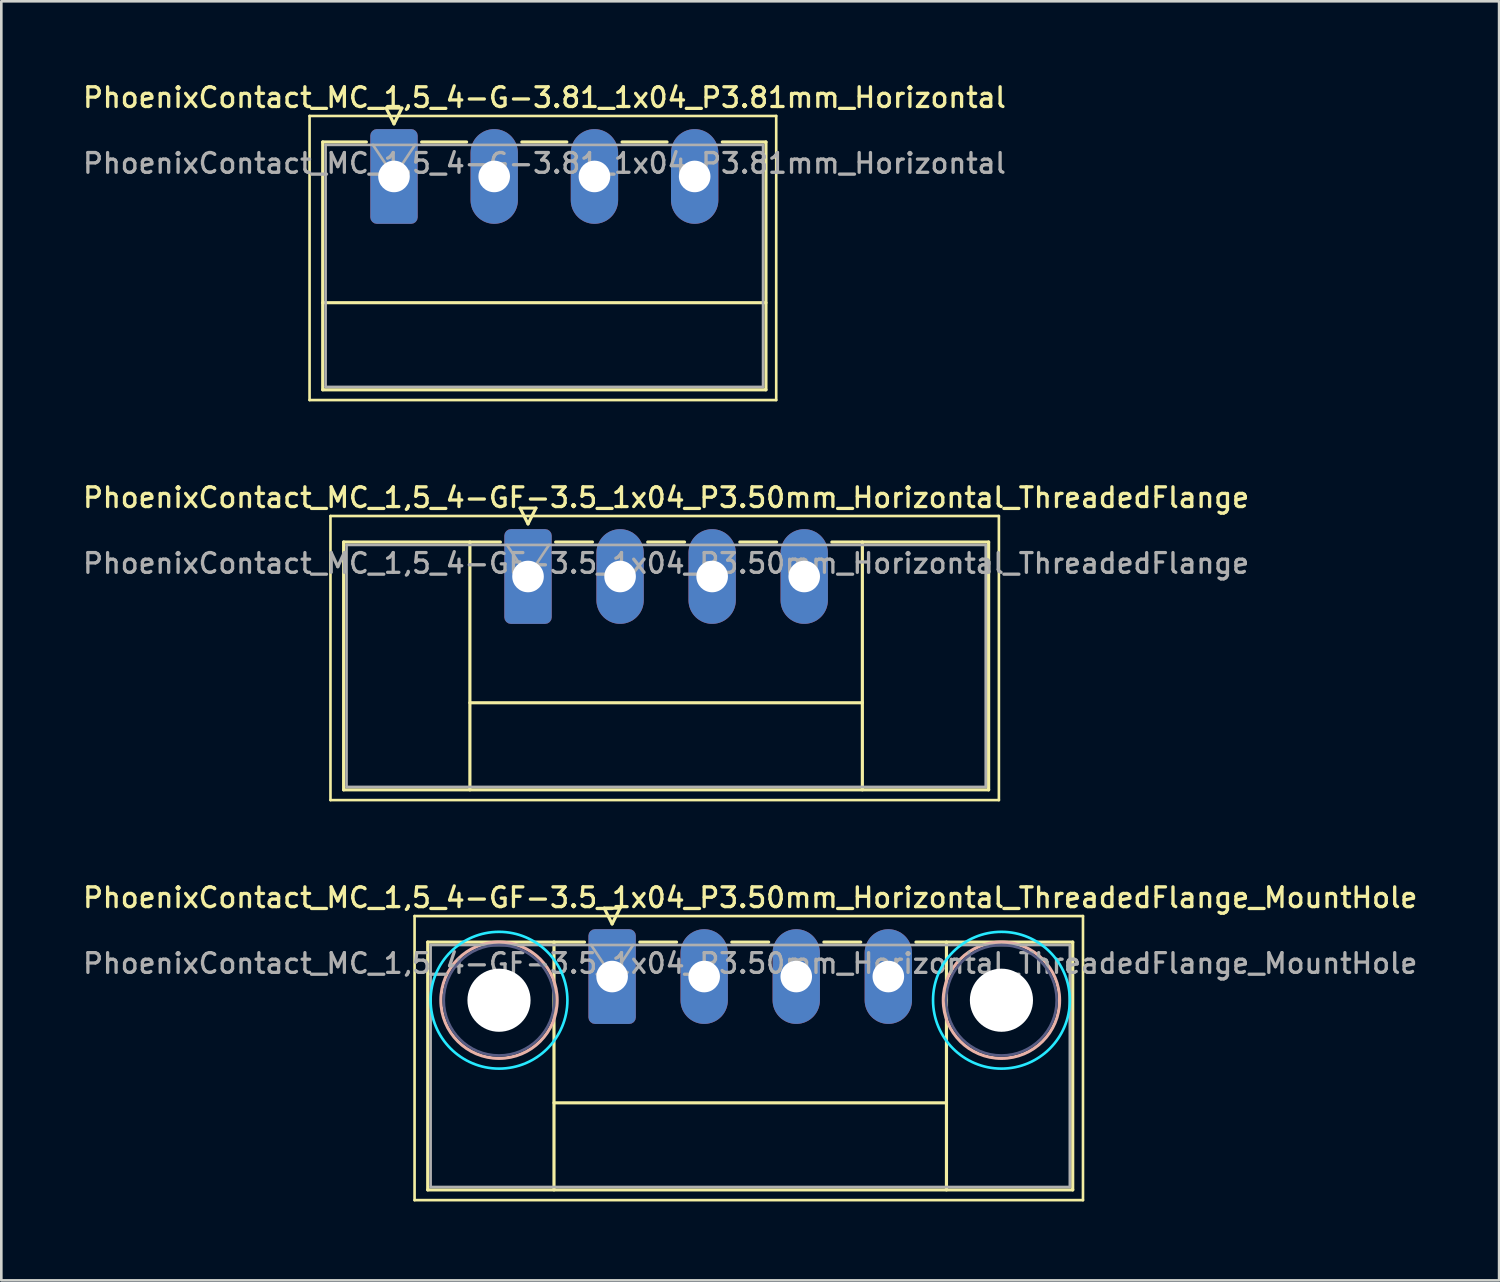
<source format=kicad_pcb>
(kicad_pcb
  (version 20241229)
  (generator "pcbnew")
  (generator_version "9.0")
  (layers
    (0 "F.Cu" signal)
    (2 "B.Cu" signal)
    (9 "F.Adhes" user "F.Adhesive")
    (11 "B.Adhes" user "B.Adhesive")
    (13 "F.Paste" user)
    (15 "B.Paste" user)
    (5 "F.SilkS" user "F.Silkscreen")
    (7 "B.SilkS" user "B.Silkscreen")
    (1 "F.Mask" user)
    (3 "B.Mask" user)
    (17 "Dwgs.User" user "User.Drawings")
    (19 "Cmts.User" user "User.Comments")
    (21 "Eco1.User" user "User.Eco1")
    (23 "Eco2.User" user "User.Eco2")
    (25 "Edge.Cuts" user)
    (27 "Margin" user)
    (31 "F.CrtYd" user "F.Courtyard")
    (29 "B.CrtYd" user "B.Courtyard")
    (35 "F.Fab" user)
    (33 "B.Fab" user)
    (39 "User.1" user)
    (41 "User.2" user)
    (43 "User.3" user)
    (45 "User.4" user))
  (footprint "PhoenixContact_MC_1,5_4-G-3.81_1x04_P3.81mm_Horizontal"
    (layer "F.Cu")
    (at 11.928 3.658)
    (property "Reference" "PhoenixContact_MC_1,5_4-G-3.81_1x04_P3.81mm_Horizontal" (at 5.72 -3 0) (layer "F.SilkS") (effects (font (size 0.75 0.75) (thickness 0.125))))
    (attr through_hole)
    (fp_line (start -3.21 -2.3) (end -3.21 8.5) (stroke (width 0.1) (type solid)) (layer "F.SilkS"))
    (fp_line (start -3.21 8.5) (end 14.53 8.5) (stroke (width 0.1) (type solid)) (layer "F.SilkS"))
    (fp_line (start -2.71 -1.31) (end -2.71 8.11) (stroke (width 0.12) (type solid)) (layer "F.SilkS"))
    (fp_line (start -2.71 -1.31) (end -1.05 -1.31) (stroke (width 0.12) (type solid)) (layer "F.SilkS"))
    (fp_line (start -2.71 4.8) (end 14.14 4.8) (stroke (width 0.12) (type solid)) (layer "F.SilkS"))
    (fp_line (start -2.71 8.11) (end 14.14 8.11) (stroke (width 0.12) (type solid)) (layer "F.SilkS"))
    (fp_line (start -0.3 -2.6) (end 0.3 -2.6) (stroke (width 0.12) (type solid)) (layer "F.SilkS"))
    (fp_line (start 0 -2) (end -0.3 -2.6) (stroke (width 0.12) (type solid)) (layer "F.SilkS"))
    (fp_line (start 0.3 -2.6) (end 0 -2) (stroke (width 0.12) (type solid)) (layer "F.SilkS"))
    (fp_line (start 1.05 -1.31) (end 2.76 -1.31) (stroke (width 0.12) (type solid)) (layer "F.SilkS"))
    (fp_line (start 4.86 -1.31) (end 6.57 -1.31) (stroke (width 0.12) (type solid)) (layer "F.SilkS"))
    (fp_line (start 8.67 -1.31) (end 10.38 -1.31) (stroke (width 0.12) (type solid)) (layer "F.SilkS"))
    (fp_line (start 14.14 -1.31) (end 12.48 -1.31) (stroke (width 0.12) (type solid)) (layer "F.SilkS"))
    (fp_line (start 14.14 8.11) (end 14.14 -1.31) (stroke (width 0.12) (type solid)) (layer "F.SilkS"))
    (fp_line (start 14.53 -2.3) (end -3.21 -2.3) (stroke (width 0.1) (type solid)) (layer "F.SilkS"))
    (fp_line (start 14.53 8.5) (end 14.53 -2.3) (stroke (width 0.1) (type solid)) (layer "F.SilkS"))
    (fp_line (start -2.6 -1.2) (end -2.6 8) (stroke (width 0.1) (type solid)) (layer "F.Fab"))
    (fp_line (start -2.6 8) (end 14.03 8) (stroke (width 0.1) (type solid)) (layer "F.Fab"))
    (fp_line (start 0 0) (end -0.8 -1.2) (stroke (width 0.1) (type solid)) (layer "F.Fab"))
    (fp_line (start 0.8 -1.2) (end 0 0) (stroke (width 0.1) (type solid)) (layer "F.Fab"))
    (fp_line (start 14.03 -1.2) (end -2.6 -1.2) (stroke (width 0.1) (type solid)) (layer "F.Fab"))
    (fp_line (start 14.03 8) (end 14.03 -1.2) (stroke (width 0.1) (type solid)) (layer "F.Fab"))
    (fp_text user "${REFERENCE}" (at 5.72 -0.5 0) (layer "F.Fab") (effects (font (size 0.75 0.75) (thickness 0.125))))
    (pad "1" thru_hole roundrect (at 0 0) (size 1.8 3.6) (drill 1.2) (layers "*.Cu" "*.Mask") (roundrect_rratio 0.139))
    (pad "2" thru_hole oval (at 3.81 0) (size 1.8 3.6) (drill 1.2) (layers "*.Cu" "*.Mask"))
    (pad "3" thru_hole oval (at 7.62 0) (size 1.8 3.6) (drill 1.2) (layers "*.Cu" "*.Mask"))
    (pad "4" thru_hole oval (at 11.43 0) (size 1.8 3.6) (drill 1.2) (layers "*.Cu" "*.Mask")))
  (footprint "PhoenixContact_MC_1,5_4-GF-3.5_1x04_P3.50mm_Horizontal_ThreadedFlange"
    (layer "F.Cu")
    (at 17.023 18.866)
    (property "Reference" "PhoenixContact_MC_1,5_4-GF-3.5_1x04_P3.50mm_Horizontal_ThreadedFlange" (at 5.25 -3 0) (layer "F.SilkS") (effects (font (size 0.75 0.75) (thickness 0.125))))
    (attr through_hole)
    (fp_line (start -7.51 -2.3) (end -7.51 8.5) (stroke (width 0.1) (type solid)) (layer "F.SilkS"))
    (fp_line (start -7.51 8.5) (end 17.9 8.5) (stroke (width 0.1) (type solid)) (layer "F.SilkS"))
    (fp_line (start -7.01 -1.31) (end -7.01 8.11) (stroke (width 0.12) (type solid)) (layer "F.SilkS"))
    (fp_line (start -7.01 -1.31) (end -1.05 -1.31) (stroke (width 0.12) (type solid)) (layer "F.SilkS"))
    (fp_line (start -7.01 8.11) (end 17.51 8.11) (stroke (width 0.12) (type solid)) (layer "F.SilkS"))
    (fp_line (start -2.21 -1.31) (end -2.21 8.11) (stroke (width 0.12) (type solid)) (layer "F.SilkS"))
    (fp_line (start -2.21 4.8) (end 12.71 4.8) (stroke (width 0.12) (type solid)) (layer "F.SilkS"))
    (fp_line (start -0.3 -2.6) (end 0.3 -2.6) (stroke (width 0.12) (type solid)) (layer "F.SilkS"))
    (fp_line (start 0 -2) (end -0.3 -2.6) (stroke (width 0.12) (type solid)) (layer "F.SilkS"))
    (fp_line (start 0.3 -2.6) (end 0 -2) (stroke (width 0.12) (type solid)) (layer "F.SilkS"))
    (fp_line (start 1.05 -1.31) (end 2.45 -1.31) (stroke (width 0.12) (type solid)) (layer "F.SilkS"))
    (fp_line (start 4.55 -1.31) (end 5.95 -1.31) (stroke (width 0.12) (type solid)) (layer "F.SilkS"))
    (fp_line (start 8.05 -1.31) (end 9.45 -1.31) (stroke (width 0.12) (type solid)) (layer "F.SilkS"))
    (fp_line (start 12.71 -1.31) (end 12.71 8.11) (stroke (width 0.12) (type solid)) (layer "F.SilkS"))
    (fp_line (start 17.51 -1.31) (end 11.55 -1.31) (stroke (width 0.12) (type solid)) (layer "F.SilkS"))
    (fp_line (start 17.51 8.11) (end 17.51 -1.31) (stroke (width 0.12) (type solid)) (layer "F.SilkS"))
    (fp_line (start 17.9 -2.3) (end -7.51 -2.3) (stroke (width 0.1) (type solid)) (layer "F.SilkS"))
    (fp_line (start 17.9 8.5) (end 17.9 -2.3) (stroke (width 0.1) (type solid)) (layer "F.SilkS"))
    (fp_line (start -6.9 -1.2) (end -6.9 8) (stroke (width 0.1) (type solid)) (layer "F.Fab"))
    (fp_line (start -6.9 8) (end 17.4 8) (stroke (width 0.1) (type solid)) (layer "F.Fab"))
    (fp_line (start 0 0) (end -0.8 -1.2) (stroke (width 0.1) (type solid)) (layer "F.Fab"))
    (fp_line (start 0.8 -1.2) (end 0 0) (stroke (width 0.1) (type solid)) (layer "F.Fab"))
    (fp_line (start 17.4 -1.2) (end -6.9 -1.2) (stroke (width 0.1) (type solid)) (layer "F.Fab"))
    (fp_line (start 17.4 8) (end 17.4 -1.2) (stroke (width 0.1) (type solid)) (layer "F.Fab"))
    (fp_text user "${REFERENCE}" (at 5.25 -0.5 0) (layer "F.Fab") (effects (font (size 0.75 0.75) (thickness 0.125))))
    (pad "1" thru_hole roundrect (at 0 0) (size 1.8 3.6) (drill 1.2) (layers "*.Cu" "*.Mask") (roundrect_rratio 0.139))
    (pad "2" thru_hole oval (at 3.5 0) (size 1.8 3.6) (drill 1.2) (layers "*.Cu" "*.Mask"))
    (pad "3" thru_hole oval (at 7 0) (size 1.8 3.6) (drill 1.2) (layers "*.Cu" "*.Mask"))
    (pad "4" thru_hole oval (at 10.5 0) (size 1.8 3.6) (drill 1.2) (layers "*.Cu" "*.Mask")))
  (footprint "PhoenixContact_MC_1,5_4-GF-3.5_1x04_P3.50mm_Horizontal_ThreadedFlange_MountHole"
    (layer "F.Cu")
    (at 20.22 34.074)
    (property "Reference" "PhoenixContact_MC_1,5_4-GF-3.5_1x04_P3.50mm_Horizontal_ThreadedFlange_MountHole" (at 5.25 -3 0) (layer "F.SilkS") (effects (font (size 0.75 0.75) (thickness 0.125))))
    (attr through_hole)
    (fp_line (start -7.51 -2.3) (end -7.51 8.5) (stroke (width 0.1) (type solid)) (layer "F.SilkS"))
    (fp_line (start -7.51 8.5) (end 17.9 8.5) (stroke (width 0.1) (type solid)) (layer "F.SilkS"))
    (fp_line (start -7.01 -1.31) (end -7.01 8.11) (stroke (width 0.12) (type solid)) (layer "F.SilkS"))
    (fp_line (start -7.01 -1.31) (end -1.05 -1.31) (stroke (width 0.12) (type solid)) (layer "F.SilkS"))
    (fp_line (start -7.01 8.11) (end 17.51 8.11) (stroke (width 0.12) (type solid)) (layer "F.SilkS"))
    (fp_line (start -2.21 -1.31) (end -2.21 8.11) (stroke (width 0.12) (type solid)) (layer "F.SilkS"))
    (fp_line (start -2.21 4.8) (end 12.71 4.8) (stroke (width 0.12) (type solid)) (layer "F.SilkS"))
    (fp_line (start -0.3 -2.6) (end 0.3 -2.6) (stroke (width 0.12) (type solid)) (layer "F.SilkS"))
    (fp_line (start 0 -2) (end -0.3 -2.6) (stroke (width 0.12) (type solid)) (layer "F.SilkS"))
    (fp_line (start 0.3 -2.6) (end 0 -2) (stroke (width 0.12) (type solid)) (layer "F.SilkS"))
    (fp_line (start 1.05 -1.31) (end 2.45 -1.31) (stroke (width 0.12) (type solid)) (layer "F.SilkS"))
    (fp_line (start 4.55 -1.31) (end 5.95 -1.31) (stroke (width 0.12) (type solid)) (layer "F.SilkS"))
    (fp_line (start 8.05 -1.31) (end 9.45 -1.31) (stroke (width 0.12) (type solid)) (layer "F.SilkS"))
    (fp_line (start 12.71 -1.31) (end 12.71 8.11) (stroke (width 0.12) (type solid)) (layer "F.SilkS"))
    (fp_line (start 17.51 -1.31) (end 11.55 -1.31) (stroke (width 0.12) (type solid)) (layer "F.SilkS"))
    (fp_line (start 17.51 8.11) (end 17.51 -1.31) (stroke (width 0.12) (type solid)) (layer "F.SilkS"))
    (fp_line (start 17.9 -2.3) (end -7.51 -2.3) (stroke (width 0.1) (type solid)) (layer "F.SilkS"))
    (fp_line (start 17.9 8.5) (end 17.9 -2.3) (stroke (width 0.1) (type solid)) (layer "F.SilkS"))
    (fp_circle (center -4.3 0.9) (end -2.09 0.9) (stroke (width 0.12) (type solid)) (fill no) (layer "B.SilkS"))
    (fp_circle (center 14.8 0.9) (end 17.01 0.9) (stroke (width 0.12) (type solid)) (fill no) (layer "B.SilkS"))
    (fp_circle (center -4.3 0.9) (end -1.7 0.9) (stroke (width 0.1) (type solid)) (fill no) (layer "B.CrtYd"))
    (fp_circle (center 14.8 0.9) (end 17.4 0.9) (stroke (width 0.1) (type solid)) (fill no) (layer "B.CrtYd"))
    (fp_circle (center -4.3 0.9) (end -2.2 0.9) (stroke (width 0.1) (type solid)) (fill no) (layer "B.Fab"))
    (fp_circle (center 14.8 0.9) (end 16.9 0.9) (stroke (width 0.1) (type solid)) (fill no) (layer "B.Fab"))
    (fp_line (start -6.9 -1.2) (end -6.9 8) (stroke (width 0.1) (type solid)) (layer "F.Fab"))
    (fp_line (start -6.9 8) (end 17.4 8) (stroke (width 0.1) (type solid)) (layer "F.Fab"))
    (fp_line (start 0 0) (end -0.8 -1.2) (stroke (width 0.1) (type solid)) (layer "F.Fab"))
    (fp_line (start 0.8 -1.2) (end 0 0) (stroke (width 0.1) (type solid)) (layer "F.Fab"))
    (fp_line (start 17.4 -1.2) (end -6.9 -1.2) (stroke (width 0.1) (type solid)) (layer "F.Fab"))
    (fp_line (start 17.4 8) (end 17.4 -1.2) (stroke (width 0.1) (type solid)) (layer "F.Fab"))
    (fp_text user "${REFERENCE}" (at 5.25 -0.5 0) (layer "F.Fab") (effects (font (size 0.75 0.75) (thickness 0.125))))
    (pad "" np_thru_hole circle (at -4.3 0.9) (size 2.4 2.4) (drill 2.4) (layers "*.Cu" "*.Mask"))
    (pad "" np_thru_hole circle (at 14.8 0.9) (size 2.4 2.4) (drill 2.4) (layers "*.Cu" "*.Mask"))
    (pad "1" thru_hole roundrect (at 0 0) (size 1.8 3.6) (drill 1.2) (layers "*.Cu" "*.Mask") (roundrect_rratio 0.139))
    (pad "2" thru_hole oval (at 3.5 0) (size 1.8 3.6) (drill 1.2) (layers "*.Cu" "*.Mask"))
    (pad "3" thru_hole oval (at 7 0) (size 1.8 3.6) (drill 1.2) (layers "*.Cu" "*.Mask"))
    (pad "4" thru_hole oval (at 10.5 0) (size 1.8 3.6) (drill 1.2) (layers "*.Cu" "*.Mask")))
  (gr_rect
    (start -3 -3)
    (end 53.939 45.624)
    (stroke (width 0.1) (type default))
    (fill no)
    (layer "Edge.Cuts")))
</source>
